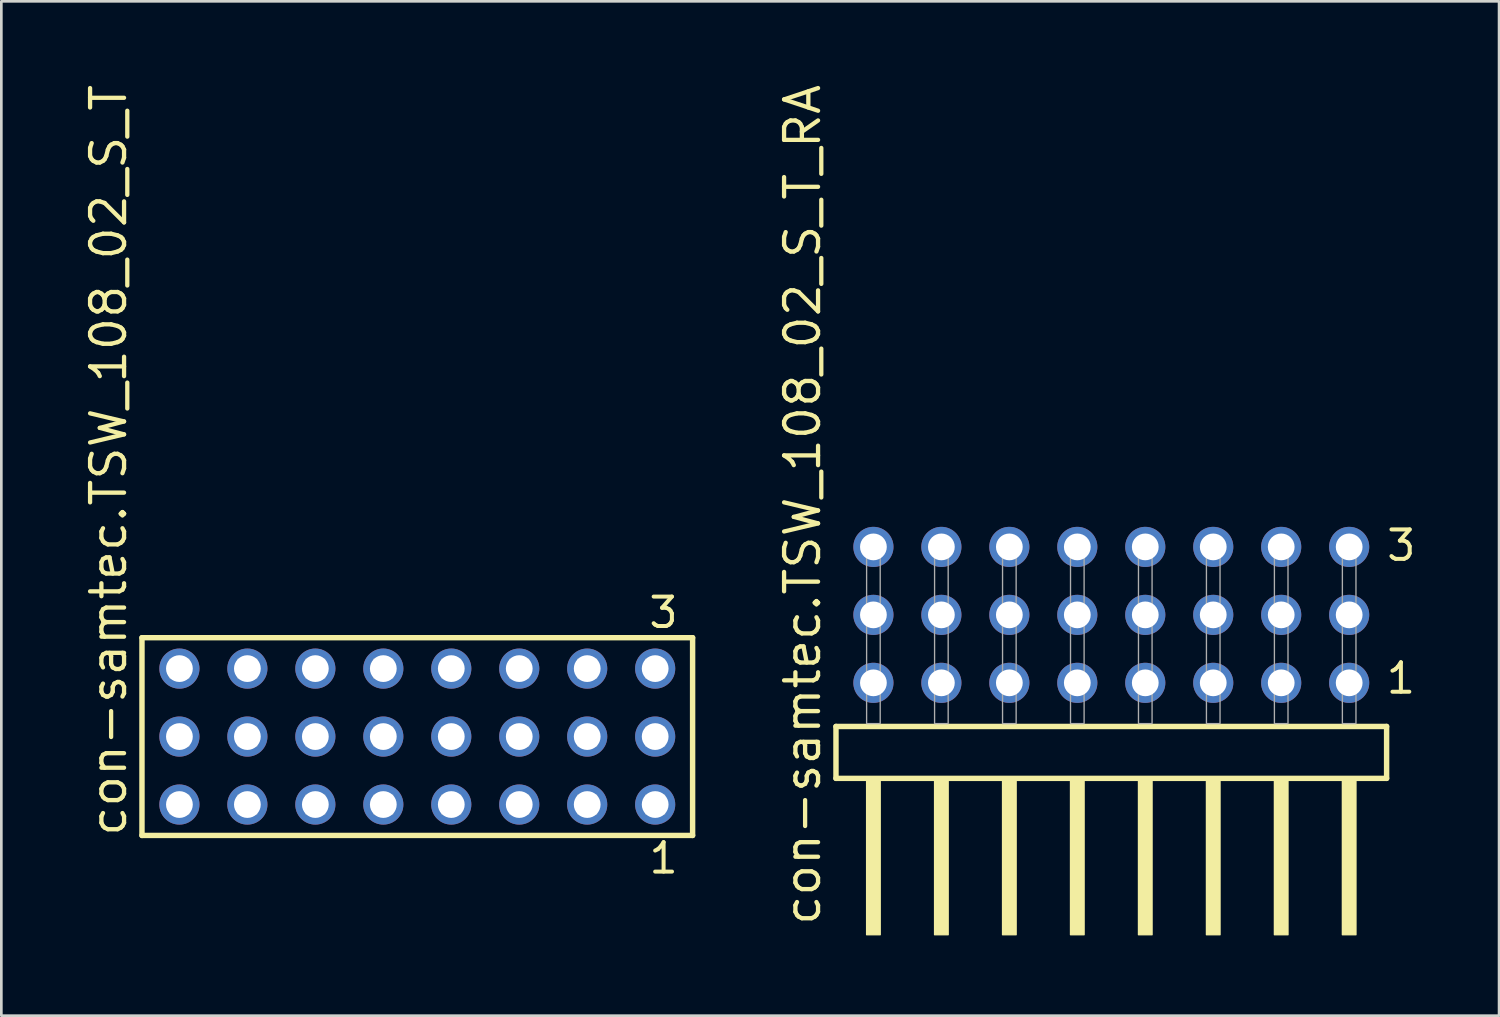
<source format=kicad_pcb>
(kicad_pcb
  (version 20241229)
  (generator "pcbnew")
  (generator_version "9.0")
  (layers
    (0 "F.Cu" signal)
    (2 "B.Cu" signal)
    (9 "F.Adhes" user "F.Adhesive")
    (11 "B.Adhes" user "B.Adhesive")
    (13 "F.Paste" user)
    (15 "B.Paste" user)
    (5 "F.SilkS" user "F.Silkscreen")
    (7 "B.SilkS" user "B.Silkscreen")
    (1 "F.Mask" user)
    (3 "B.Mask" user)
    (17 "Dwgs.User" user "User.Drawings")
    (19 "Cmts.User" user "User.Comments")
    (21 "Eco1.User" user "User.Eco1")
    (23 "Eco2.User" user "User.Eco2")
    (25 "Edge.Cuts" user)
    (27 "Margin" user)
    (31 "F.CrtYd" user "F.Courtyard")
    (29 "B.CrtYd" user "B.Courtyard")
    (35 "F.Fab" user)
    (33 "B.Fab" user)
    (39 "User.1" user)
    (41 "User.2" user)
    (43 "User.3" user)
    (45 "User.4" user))
  (footprint "con-samtec.TSW_108_02_S_T_RA"
    (layer "F.Cu")
    (at 38.481 23.993)
    (property "Reference" "con-samtec.TSW_108_02_S_T_RA" (at -10.795 7.62 90) (layer "F.SilkS") (effects (font (size 1.27 1.27) (thickness 0.16)) (justify left bottom)))
    (attr through_hole)
    (fp_line (start -10.289 0.106) (end -10.289 2.046) (stroke (width 0.203) (type default)) (layer "F.SilkS"))
    (fp_line (start -10.289 2.046) (end 10.289 2.046) (stroke (width 0.203) (type default)) (layer "F.SilkS"))
    (fp_line (start 10.289 0.106) (end -10.289 0.106) (stroke (width 0.203) (type default)) (layer "F.SilkS"))
    (fp_line (start 10.289 2.046) (end 10.289 0.106) (stroke (width 0.203) (type default)) (layer "F.SilkS"))
    (fp_rect (start -9.144 7.89) (end -8.636 2.04) (stroke (width 0.05) (type default)) (fill yes) (layer "F.SilkS"))
    (fp_rect (start -6.604 7.89) (end -6.096 2.04) (stroke (width 0.05) (type default)) (fill yes) (layer "F.SilkS"))
    (fp_rect (start -4.064 7.89) (end -3.556 2.04) (stroke (width 0.05) (type default)) (fill yes) (layer "F.SilkS"))
    (fp_rect (start -1.524 7.89) (end -1.016 2.04) (stroke (width 0.05) (type default)) (fill yes) (layer "F.SilkS"))
    (fp_rect (start 1.016 7.89) (end 1.524 2.04) (stroke (width 0.05) (type default)) (fill yes) (layer "F.SilkS"))
    (fp_rect (start 3.556 7.89) (end 4.064 2.04) (stroke (width 0.05) (type default)) (fill yes) (layer "F.SilkS"))
    (fp_rect (start 6.096 7.89) (end 6.604 2.04) (stroke (width 0.05) (type default)) (fill yes) (layer "F.SilkS"))
    (fp_rect (start 8.636 7.89) (end 9.144 2.04) (stroke (width 0.05) (type default)) (fill yes) (layer "F.SilkS"))
    (fp_rect (start -9.144 0) (end -8.636 -6.858) (stroke (width 0.05) (type default)) (fill no) (layer "F.Fab"))
    (fp_rect (start -6.604 0) (end -6.096 -6.858) (stroke (width 0.05) (type default)) (fill no) (layer "F.Fab"))
    (fp_rect (start -4.064 0) (end -3.556 -6.858) (stroke (width 0.05) (type default)) (fill no) (layer "F.Fab"))
    (fp_rect (start -1.524 0) (end -1.016 -6.858) (stroke (width 0.05) (type default)) (fill no) (layer "F.Fab"))
    (fp_rect (start 1.016 0) (end 1.524 -6.858) (stroke (width 0.05) (type default)) (fill no) (layer "F.Fab"))
    (fp_rect (start 3.556 0) (end 4.064 -6.858) (stroke (width 0.05) (type default)) (fill no) (layer "F.Fab"))
    (fp_rect (start 6.096 0) (end 6.604 -6.858) (stroke (width 0.05) (type default)) (fill no) (layer "F.Fab"))
    (fp_rect (start 8.636 0) (end 9.144 -6.858) (stroke (width 0.05) (type default)) (fill no) (layer "F.Fab"))
    (fp_text user "3" (at 10.215 -6.015 0) (layer "F.SilkS") (effects (font (size 1.1 1.1) (thickness 0.15)) (justify left bottom)))
    (fp_text user "1" (at 10.2 -1.05 0) (layer "F.SilkS") (effects (font (size 1.1 1.1) (thickness 0.15)) (justify left bottom)))
    (pad "1" thru_hole circle (at 8.89 -1.524 180) (size 1.5 1.5) (drill 1) (layers "*.Cu" "*.Mask"))
    (pad "2" thru_hole circle (at 8.89 -4.064 180) (size 1.5 1.5) (drill 1) (layers "*.Cu" "*.Mask"))
    (pad "3" thru_hole circle (at 8.89 -6.604 180) (size 1.5 1.5) (drill 1) (layers "*.Cu" "*.Mask"))
    (pad "4" thru_hole circle (at 6.35 -1.524 180) (size 1.5 1.5) (drill 1) (layers "*.Cu" "*.Mask"))
    (pad "5" thru_hole circle (at 6.35 -4.064 180) (size 1.5 1.5) (drill 1) (layers "*.Cu" "*.Mask"))
    (pad "6" thru_hole circle (at 6.35 -6.604 180) (size 1.5 1.5) (drill 1) (layers "*.Cu" "*.Mask"))
    (pad "7" thru_hole circle (at 3.81 -1.524 180) (size 1.5 1.5) (drill 1) (layers "*.Cu" "*.Mask"))
    (pad "8" thru_hole circle (at 3.81 -4.064 180) (size 1.5 1.5) (drill 1) (layers "*.Cu" "*.Mask"))
    (pad "9" thru_hole circle (at 3.81 -6.604 180) (size 1.5 1.5) (drill 1) (layers "*.Cu" "*.Mask"))
    (pad "10" thru_hole circle (at 1.27 -1.524 180) (size 1.5 1.5) (drill 1) (layers "*.Cu" "*.Mask"))
    (pad "11" thru_hole circle (at 1.27 -4.064 180) (size 1.5 1.5) (drill 1) (layers "*.Cu" "*.Mask"))
    (pad "12" thru_hole circle (at 1.27 -6.604 180) (size 1.5 1.5) (drill 1) (layers "*.Cu" "*.Mask"))
    (pad "13" thru_hole circle (at -1.27 -1.524 180) (size 1.5 1.5) (drill 1) (layers "*.Cu" "*.Mask"))
    (pad "14" thru_hole circle (at -1.27 -4.064 180) (size 1.5 1.5) (drill 1) (layers "*.Cu" "*.Mask"))
    (pad "15" thru_hole circle (at -1.27 -6.604 180) (size 1.5 1.5) (drill 1) (layers "*.Cu" "*.Mask"))
    (pad "16" thru_hole circle (at -3.81 -1.524 180) (size 1.5 1.5) (drill 1) (layers "*.Cu" "*.Mask"))
    (pad "17" thru_hole circle (at -3.81 -4.064 180) (size 1.5 1.5) (drill 1) (layers "*.Cu" "*.Mask"))
    (pad "18" thru_hole circle (at -3.81 -6.604 180) (size 1.5 1.5) (drill 1) (layers "*.Cu" "*.Mask"))
    (pad "19" thru_hole circle (at -6.35 -1.524 180) (size 1.5 1.5) (drill 1) (layers "*.Cu" "*.Mask"))
    (pad "20" thru_hole circle (at -6.35 -4.064 180) (size 1.5 1.5) (drill 1) (layers "*.Cu" "*.Mask"))
    (pad "21" thru_hole circle (at -6.35 -6.604 180) (size 1.5 1.5) (drill 1) (layers "*.Cu" "*.Mask"))
    (pad "22" thru_hole circle (at -8.89 -1.524 180) (size 1.5 1.5) (drill 1) (layers "*.Cu" "*.Mask"))
    (pad "23" thru_hole circle (at -8.89 -4.064 180) (size 1.5 1.5) (drill 1) (layers "*.Cu" "*.Mask"))
    (pad "24" thru_hole circle (at -8.89 -6.604 180) (size 1.5 1.5) (drill 1) (layers "*.Cu" "*.Mask")))
  (footprint "con-samtec.TSW_108_02_S_T"
    (layer "F.Cu")
    (at 12.545 24.477)
    (property "Reference" "con-samtec.TSW_108_02_S_T" (at -10.795 3.81 90) (layer "F.SilkS") (effects (font (size 1.27 1.27) (thickness 0.16)) (justify left bottom)))
    (attr through_hole)
    (fp_line (start -10.289 -3.695) (end 10.289 -3.695) (stroke (width 0.203) (type default)) (layer "F.SilkS"))
    (fp_line (start -10.289 3.695) (end -10.289 -3.695) (stroke (width 0.203) (type default)) (layer "F.SilkS"))
    (fp_line (start 10.289 -3.695) (end 10.289 3.695) (stroke (width 0.203) (type default)) (layer "F.SilkS"))
    (fp_line (start 10.289 3.695) (end -10.289 3.695) (stroke (width 0.203) (type default)) (layer "F.SilkS"))
    (fp_rect (start -9.24 -2.19) (end -8.54 -2.89) (stroke (width 0.05) (type default)) (fill no) (layer "F.Fab"))
    (fp_rect (start -9.24 0.35) (end -8.54 -0.35) (stroke (width 0.05) (type default)) (fill no) (layer "F.Fab"))
    (fp_rect (start -9.24 2.89) (end -8.54 2.19) (stroke (width 0.05) (type default)) (fill no) (layer "F.Fab"))
    (fp_rect (start -6.7 -2.19) (end -6 -2.89) (stroke (width 0.05) (type default)) (fill no) (layer "F.Fab"))
    (fp_rect (start -6.7 0.35) (end -6 -0.35) (stroke (width 0.05) (type default)) (fill no) (layer "F.Fab"))
    (fp_rect (start -6.7 2.89) (end -6 2.19) (stroke (width 0.05) (type default)) (fill no) (layer "F.Fab"))
    (fp_rect (start -4.16 -2.19) (end -3.46 -2.89) (stroke (width 0.05) (type default)) (fill no) (layer "F.Fab"))
    (fp_rect (start -4.16 0.35) (end -3.46 -0.35) (stroke (width 0.05) (type default)) (fill no) (layer "F.Fab"))
    (fp_rect (start -4.16 2.89) (end -3.46 2.19) (stroke (width 0.05) (type default)) (fill no) (layer "F.Fab"))
    (fp_rect (start -1.62 -2.19) (end -0.92 -2.89) (stroke (width 0.05) (type default)) (fill no) (layer "F.Fab"))
    (fp_rect (start -1.62 0.35) (end -0.92 -0.35) (stroke (width 0.05) (type default)) (fill no) (layer "F.Fab"))
    (fp_rect (start -1.62 2.89) (end -0.92 2.19) (stroke (width 0.05) (type default)) (fill no) (layer "F.Fab"))
    (fp_rect (start 0.92 -2.19) (end 1.62 -2.89) (stroke (width 0.05) (type default)) (fill no) (layer "F.Fab"))
    (fp_rect (start 0.92 0.35) (end 1.62 -0.35) (stroke (width 0.05) (type default)) (fill no) (layer "F.Fab"))
    (fp_rect (start 0.92 2.89) (end 1.62 2.19) (stroke (width 0.05) (type default)) (fill no) (layer "F.Fab"))
    (fp_rect (start 3.46 -2.19) (end 4.16 -2.89) (stroke (width 0.05) (type default)) (fill no) (layer "F.Fab"))
    (fp_rect (start 3.46 0.35) (end 4.16 -0.35) (stroke (width 0.05) (type default)) (fill no) (layer "F.Fab"))
    (fp_rect (start 3.46 2.89) (end 4.16 2.19) (stroke (width 0.05) (type default)) (fill no) (layer "F.Fab"))
    (fp_rect (start 6 -2.19) (end 6.7 -2.89) (stroke (width 0.05) (type default)) (fill no) (layer "F.Fab"))
    (fp_rect (start 6 0.35) (end 6.7 -0.35) (stroke (width 0.05) (type default)) (fill no) (layer "F.Fab"))
    (fp_rect (start 6 2.89) (end 6.7 2.19) (stroke (width 0.05) (type default)) (fill no) (layer "F.Fab"))
    (fp_rect (start 8.54 -2.19) (end 9.24 -2.89) (stroke (width 0.05) (type default)) (fill no) (layer "F.Fab"))
    (fp_rect (start 8.54 0.35) (end 9.24 -0.35) (stroke (width 0.05) (type default)) (fill no) (layer "F.Fab"))
    (fp_rect (start 8.54 2.89) (end 9.24 2.19) (stroke (width 0.05) (type default)) (fill no) (layer "F.Fab"))
    (fp_text user "3" (at 8.578 -3.989 0) (layer "F.SilkS") (effects (font (size 1.1 1.1) (thickness 0.15)) (justify left bottom)))
    (fp_text user "1" (at 8.582 5.188 0) (layer "F.SilkS") (effects (font (size 1.1 1.1) (thickness 0.15)) (justify left bottom)))
    (pad "1" thru_hole circle (at 8.89 2.54 180) (size 1.5 1.5) (drill 1) (layers "*.Cu" "*.Mask"))
    (pad "2" thru_hole circle (at 8.89 0 180) (size 1.5 1.5) (drill 1) (layers "*.Cu" "*.Mask"))
    (pad "3" thru_hole circle (at 8.89 -2.54 180) (size 1.5 1.5) (drill 1) (layers "*.Cu" "*.Mask"))
    (pad "4" thru_hole circle (at 6.35 2.54 180) (size 1.5 1.5) (drill 1) (layers "*.Cu" "*.Mask"))
    (pad "5" thru_hole circle (at 6.35 0 180) (size 1.5 1.5) (drill 1) (layers "*.Cu" "*.Mask"))
    (pad "6" thru_hole circle (at 6.35 -2.54 180) (size 1.5 1.5) (drill 1) (layers "*.Cu" "*.Mask"))
    (pad "7" thru_hole circle (at 3.81 2.54 180) (size 1.5 1.5) (drill 1) (layers "*.Cu" "*.Mask"))
    (pad "8" thru_hole circle (at 3.81 0 180) (size 1.5 1.5) (drill 1) (layers "*.Cu" "*.Mask"))
    (pad "9" thru_hole circle (at 3.81 -2.54 180) (size 1.5 1.5) (drill 1) (layers "*.Cu" "*.Mask"))
    (pad "10" thru_hole circle (at 1.27 2.54 180) (size 1.5 1.5) (drill 1) (layers "*.Cu" "*.Mask"))
    (pad "11" thru_hole circle (at 1.27 0 180) (size 1.5 1.5) (drill 1) (layers "*.Cu" "*.Mask"))
    (pad "12" thru_hole circle (at 1.27 -2.54 180) (size 1.5 1.5) (drill 1) (layers "*.Cu" "*.Mask"))
    (pad "13" thru_hole circle (at -1.27 2.54 180) (size 1.5 1.5) (drill 1) (layers "*.Cu" "*.Mask"))
    (pad "14" thru_hole circle (at -1.27 0 180) (size 1.5 1.5) (drill 1) (layers "*.Cu" "*.Mask"))
    (pad "15" thru_hole circle (at -1.27 -2.54 180) (size 1.5 1.5) (drill 1) (layers "*.Cu" "*.Mask"))
    (pad "16" thru_hole circle (at -3.81 2.54 180) (size 1.5 1.5) (drill 1) (layers "*.Cu" "*.Mask"))
    (pad "17" thru_hole circle (at -3.81 0 180) (size 1.5 1.5) (drill 1) (layers "*.Cu" "*.Mask"))
    (pad "18" thru_hole circle (at -3.81 -2.54 180) (size 1.5 1.5) (drill 1) (layers "*.Cu" "*.Mask"))
    (pad "19" thru_hole circle (at -6.35 2.54 180) (size 1.5 1.5) (drill 1) (layers "*.Cu" "*.Mask"))
    (pad "20" thru_hole circle (at -6.35 0 180) (size 1.5 1.5) (drill 1) (layers "*.Cu" "*.Mask"))
    (pad "21" thru_hole circle (at -6.35 -2.54 180) (size 1.5 1.5) (drill 1) (layers "*.Cu" "*.Mask"))
    (pad "22" thru_hole circle (at -8.89 2.54 180) (size 1.5 1.5) (drill 1) (layers "*.Cu" "*.Mask"))
    (pad "23" thru_hole circle (at -8.89 0 180) (size 1.5 1.5) (drill 1) (layers "*.Cu" "*.Mask"))
    (pad "24" thru_hole circle (at -8.89 -2.54 180) (size 1.5 1.5) (drill 1) (layers "*.Cu" "*.Mask")))
  (gr_rect
    (start -3 -3)
    (end 52.973 34.908)
    (stroke (width 0.1) (type default))
    (fill no)
    (layer "Edge.Cuts")))
</source>
